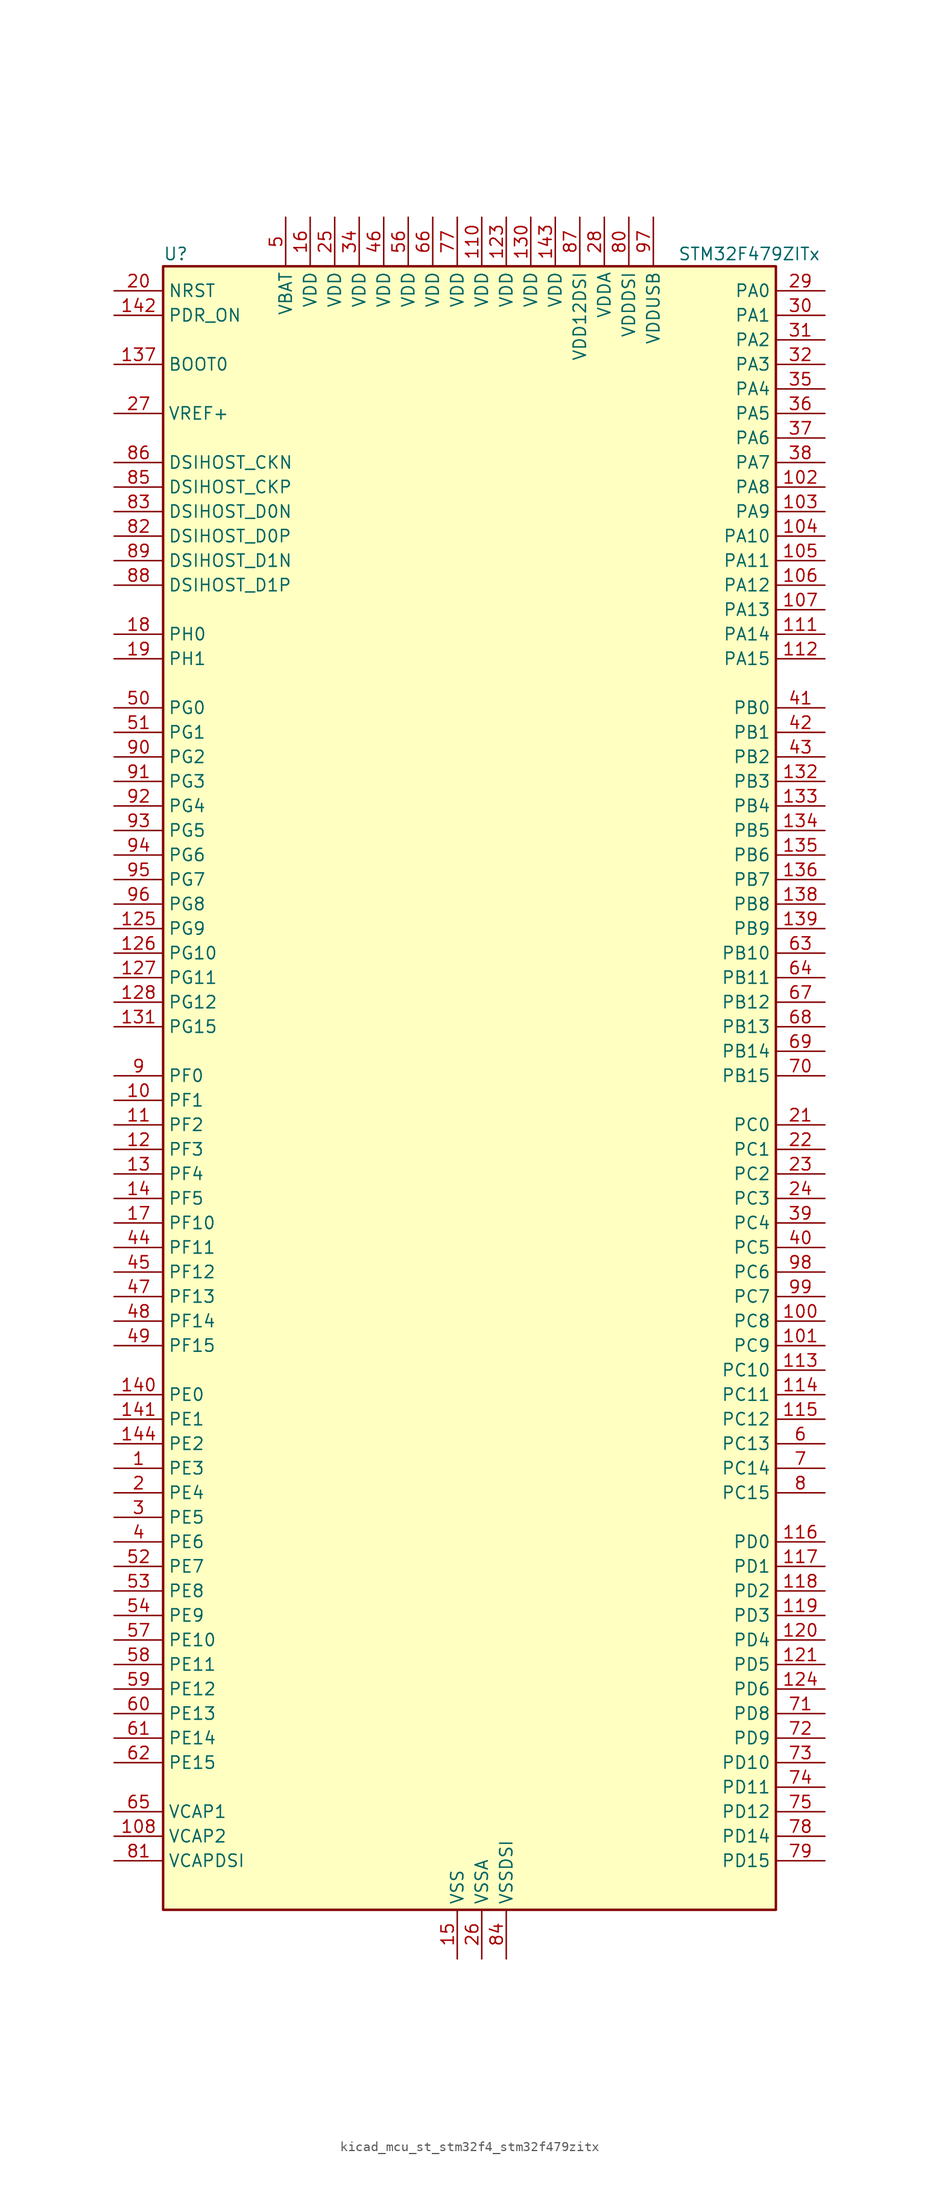
<source format=kicad_sym>
(kicad_symbol_lib
  (version 20220914)
  (generator kicad_symbol_editor)
  (symbol "kicad_mcu_st_stm32f4_stm32f479zitx"
    (property "Reference" "U"
      (at -30.48 87.63 0)
      (effects (font (size 1.27 1.27)) (justify left)))
    (property "Value" "STM32F479ZITx"
      (at 22.86 87.63 0)
      (effects (font (size 1.27 1.27)) (justify left)))
    (property "ki_locked" ""
      (at 0 0 0)
      (effects (font (size 1.27 1.27))))
    (symbol "kicad_mcu_st_stm32f4_stm32f479zitx_0_1"
      (rectangle (start -30.48 -83.82) (end 33.02 86.36) (stroke (width 0.254) (type default)) (fill (type background))))
    (symbol "kicad_mcu_st_stm32f4_stm32f479zitx_1_1"
      (pin bidirectional line (at -35.56 -38.1 0) (length 5.08) (name "PE3" (effects (font (size 1.27 1.27)))) (number "1" (effects (font (size 1.27 1.27)))) (alternate "FMC_A19" bidirectional line) (alternate "SAI1_SD_B" bidirectional line) (alternate "SYS_TRACED0" bidirectional line))
      (pin bidirectional line (at -35.56 0 0) (length 5.08) (name "PF1" (effects (font (size 1.27 1.27)))) (number "10" (effects (font (size 1.27 1.27)))) (alternate "FMC_A1" bidirectional line) (alternate "I2C2_SCL" bidirectional line))
      (pin bidirectional line (at 38.1 -22.86 180) (length 5.08) (name "PC8" (effects (font (size 1.27 1.27)))) (number "100" (effects (font (size 1.27 1.27)))) (alternate "DCMI_D2" bidirectional line) (alternate "SDIO_D0" bidirectional line) (alternate "SYS_TRACED1" bidirectional line) (alternate "TIM3_CH3" bidirectional line) (alternate "TIM8_CH3" bidirectional line) (alternate "USART6_CK" bidirectional line))
      (pin bidirectional line (at 38.1 -25.4 180) (length 5.08) (name "PC9" (effects (font (size 1.27 1.27)))) (number "101" (effects (font (size 1.27 1.27)))) (alternate "DAC_EXTI9" bidirectional line) (alternate "DCMI_D3" bidirectional line) (alternate "I2C3_SDA" bidirectional line) (alternate "I2S_CKIN" bidirectional line) (alternate "QUADSPI_BK1_IO0" bidirectional line) (alternate "RCC_MCO_2" bidirectional line) (alternate "SDIO_D1" bidirectional line) (alternate "TIM3_CH4" bidirectional line) (alternate "TIM8_CH4" bidirectional line))
      (pin bidirectional line (at 38.1 63.5 180) (length 5.08) (name "PA8" (effects (font (size 1.27 1.27)))) (number "102" (effects (font (size 1.27 1.27)))) (alternate "I2C3_SCL" bidirectional line) (alternate "LTDC_R6" bidirectional line) (alternate "RCC_MCO_1" bidirectional line) (alternate "TIM1_CH1" bidirectional line) (alternate "USART1_CK" bidirectional line) (alternate "USB_OTG_FS_SOF" bidirectional line))
      (pin bidirectional line (at 38.1 60.96 180) (length 5.08) (name "PA9" (effects (font (size 1.27 1.27)))) (number "103" (effects (font (size 1.27 1.27)))) (alternate "DAC_EXTI9" bidirectional line) (alternate "DCMI_D0" bidirectional line) (alternate "I2C3_SMBA" bidirectional line) (alternate "I2S2_CK" bidirectional line) (alternate "SPI2_SCK" bidirectional line) (alternate "TIM1_CH2" bidirectional line) (alternate "USART1_TX" bidirectional line) (alternate "USB_OTG_FS_VBUS" bidirectional line))
      (pin bidirectional line (at 38.1 58.42 180) (length 5.08) (name "PA10" (effects (font (size 1.27 1.27)))) (number "104" (effects (font (size 1.27 1.27)))) (alternate "DCMI_D1" bidirectional line) (alternate "TIM1_CH3" bidirectional line) (alternate "USART1_RX" bidirectional line) (alternate "USB_OTG_FS_ID" bidirectional line))
      (pin bidirectional line (at 38.1 55.88 180) (length 5.08) (name "PA11" (effects (font (size 1.27 1.27)))) (number "105" (effects (font (size 1.27 1.27)))) (alternate "ADC1_EXTI11" bidirectional line) (alternate "ADC2_EXTI11" bidirectional line) (alternate "ADC3_EXTI11" bidirectional line) (alternate "CAN1_RX" bidirectional line) (alternate "LTDC_R4" bidirectional line) (alternate "TIM1_CH4" bidirectional line) (alternate "USART1_CTS" bidirectional line) (alternate "USB_OTG_FS_DM" bidirectional line))
      (pin bidirectional line (at 38.1 53.34 180) (length 5.08) (name "PA12" (effects (font (size 1.27 1.27)))) (number "106" (effects (font (size 1.27 1.27)))) (alternate "CAN1_TX" bidirectional line) (alternate "LTDC_R5" bidirectional line) (alternate "TIM1_ETR" bidirectional line) (alternate "USART1_RTS" bidirectional line) (alternate "USB_OTG_FS_DP" bidirectional line))
      (pin bidirectional line (at 38.1 50.8 180) (length 5.08) (name "PA13" (effects (font (size 1.27 1.27)))) (number "107" (effects (font (size 1.27 1.27)))) (alternate "SYS_JTMS-SWDIO" bidirectional line))
      (pin power_out line (at -35.56 -76.2 0) (length 5.08) (name "VCAP2" (effects (font (size 1.27 1.27)))) (number "108" (effects (font (size 1.27 1.27)))))
      (pin passive line (at 0 -88.9 90) (length 5.08) hide (name "VSS" (effects (font (size 1.27 1.27)))) (number "109" (effects (font (size 1.27 1.27)))))
      (pin bidirectional line (at -35.56 -2.54 0) (length 5.08) (name "PF2" (effects (font (size 1.27 1.27)))) (number "11" (effects (font (size 1.27 1.27)))) (alternate "FMC_A2" bidirectional line) (alternate "I2C2_SMBA" bidirectional line))
      (pin power_in line (at 2.54 91.44 270) (length 5.08) (name "VDD" (effects (font (size 1.27 1.27)))) (number "110" (effects (font (size 1.27 1.27)))))
      (pin bidirectional line (at 38.1 48.26 180) (length 5.08) (name "PA14" (effects (font (size 1.27 1.27)))) (number "111" (effects (font (size 1.27 1.27)))) (alternate "SYS_JTCK-SWCLK" bidirectional line))
      (pin bidirectional line (at 38.1 45.72 180) (length 5.08) (name "PA15" (effects (font (size 1.27 1.27)))) (number "112" (effects (font (size 1.27 1.27)))) (alternate "ADC1_EXTI15" bidirectional line) (alternate "ADC2_EXTI15" bidirectional line) (alternate "ADC3_EXTI15" bidirectional line) (alternate "I2S3_WS" bidirectional line) (alternate "SPI1_NSS" bidirectional line) (alternate "SPI3_NSS" bidirectional line) (alternate "SYS_JTDI" bidirectional line) (alternate "TIM2_CH1" bidirectional line) (alternate "TIM2_ETR" bidirectional line))
      (pin bidirectional line (at 38.1 -27.94 180) (length 5.08) (name "PC10" (effects (font (size 1.27 1.27)))) (number "113" (effects (font (size 1.27 1.27)))) (alternate "DCMI_D8" bidirectional line) (alternate "I2S3_CK" bidirectional line) (alternate "LTDC_R2" bidirectional line) (alternate "QUADSPI_BK1_IO1" bidirectional line) (alternate "SDIO_D2" bidirectional line) (alternate "SPI3_SCK" bidirectional line) (alternate "UART4_TX" bidirectional line) (alternate "USART3_TX" bidirectional line))
      (pin bidirectional line (at 38.1 -30.48 180) (length 5.08) (name "PC11" (effects (font (size 1.27 1.27)))) (number "114" (effects (font (size 1.27 1.27)))) (alternate "ADC1_EXTI11" bidirectional line) (alternate "ADC2_EXTI11" bidirectional line) (alternate "ADC3_EXTI11" bidirectional line) (alternate "DCMI_D4" bidirectional line) (alternate "I2S3_ext_SD" bidirectional line) (alternate "QUADSPI_BK2_NCS" bidirectional line) (alternate "SDIO_D3" bidirectional line) (alternate "SPI3_MISO" bidirectional line) (alternate "UART4_RX" bidirectional line) (alternate "USART3_RX" bidirectional line))
      (pin bidirectional line (at 38.1 -33.02 180) (length 5.08) (name "PC12" (effects (font (size 1.27 1.27)))) (number "115" (effects (font (size 1.27 1.27)))) (alternate "DCMI_D9" bidirectional line) (alternate "I2S3_SD" bidirectional line) (alternate "SDIO_CK" bidirectional line) (alternate "SPI3_MOSI" bidirectional line) (alternate "SYS_TRACED3" bidirectional line) (alternate "UART5_TX" bidirectional line) (alternate "USART3_CK" bidirectional line))
      (pin bidirectional line (at 38.1 -45.72 180) (length 5.08) (name "PD0" (effects (font (size 1.27 1.27)))) (number "116" (effects (font (size 1.27 1.27)))) (alternate "CAN1_RX" bidirectional line) (alternate "FMC_D2" bidirectional line) (alternate "FMC_DA2" bidirectional line))
      (pin bidirectional line (at 38.1 -48.26 180) (length 5.08) (name "PD1" (effects (font (size 1.27 1.27)))) (number "117" (effects (font (size 1.27 1.27)))) (alternate "CAN1_TX" bidirectional line) (alternate "FMC_D3" bidirectional line) (alternate "FMC_DA3" bidirectional line))
      (pin bidirectional line (at 38.1 -50.8 180) (length 5.08) (name "PD2" (effects (font (size 1.27 1.27)))) (number "118" (effects (font (size 1.27 1.27)))) (alternate "DCMI_D11" bidirectional line) (alternate "SDIO_CMD" bidirectional line) (alternate "SYS_TRACED2" bidirectional line) (alternate "TIM3_ETR" bidirectional line) (alternate "UART5_RX" bidirectional line))
      (pin bidirectional line (at 38.1 -53.34 180) (length 5.08) (name "PD3" (effects (font (size 1.27 1.27)))) (number "119" (effects (font (size 1.27 1.27)))) (alternate "DCMI_D5" bidirectional line) (alternate "FMC_CLK" bidirectional line) (alternate "I2S2_CK" bidirectional line) (alternate "LTDC_G7" bidirectional line) (alternate "SPI2_SCK" bidirectional line) (alternate "USART2_CTS" bidirectional line))
      (pin bidirectional line (at -35.56 -5.08 0) (length 5.08) (name "PF3" (effects (font (size 1.27 1.27)))) (number "12" (effects (font (size 1.27 1.27)))) (alternate "ADC3_IN9" bidirectional line) (alternate "FMC_A3" bidirectional line))
      (pin bidirectional line (at 38.1 -55.88 180) (length 5.08) (name "PD4" (effects (font (size 1.27 1.27)))) (number "120" (effects (font (size 1.27 1.27)))) (alternate "FMC_NOE" bidirectional line) (alternate "USART2_RTS" bidirectional line))
      (pin bidirectional line (at 38.1 -58.42 180) (length 5.08) (name "PD5" (effects (font (size 1.27 1.27)))) (number "121" (effects (font (size 1.27 1.27)))) (alternate "FMC_NWE" bidirectional line) (alternate "USART2_TX" bidirectional line))
      (pin passive line (at 0 -88.9 90) (length 5.08) hide (name "VSS" (effects (font (size 1.27 1.27)))) (number "122" (effects (font (size 1.27 1.27)))))
      (pin power_in line (at 5.08 91.44 270) (length 5.08) (name "VDD" (effects (font (size 1.27 1.27)))) (number "123" (effects (font (size 1.27 1.27)))))
      (pin bidirectional line (at 38.1 -60.96 180) (length 5.08) (name "PD6" (effects (font (size 1.27 1.27)))) (number "124" (effects (font (size 1.27 1.27)))) (alternate "DCMI_D10" bidirectional line) (alternate "FMC_NWAIT" bidirectional line) (alternate "I2S3_SD" bidirectional line) (alternate "LTDC_B2" bidirectional line) (alternate "SAI1_SD_A" bidirectional line) (alternate "SPI3_MOSI" bidirectional line) (alternate "USART2_RX" bidirectional line))
      (pin bidirectional line (at -35.56 17.78 0) (length 5.08) (name "PG9" (effects (font (size 1.27 1.27)))) (number "125" (effects (font (size 1.27 1.27)))) (alternate "DAC_EXTI9" bidirectional line) (alternate "DCMI_VSYNC" bidirectional line) (alternate "FMC_NCE" bidirectional line) (alternate "FMC_NE2" bidirectional line) (alternate "QUADSPI_BK2_IO2" bidirectional line) (alternate "USART6_RX" bidirectional line))
      (pin bidirectional line (at -35.56 15.24 0) (length 5.08) (name "PG10" (effects (font (size 1.27 1.27)))) (number "126" (effects (font (size 1.27 1.27)))) (alternate "DCMI_D2" bidirectional line) (alternate "FMC_NE3" bidirectional line) (alternate "LTDC_B2" bidirectional line) (alternate "LTDC_G3" bidirectional line))
      (pin bidirectional line (at -35.56 12.7 0) (length 5.08) (name "PG11" (effects (font (size 1.27 1.27)))) (number "127" (effects (font (size 1.27 1.27)))) (alternate "ADC1_EXTI11" bidirectional line) (alternate "ADC2_EXTI11" bidirectional line) (alternate "ADC3_EXTI11" bidirectional line) (alternate "DCMI_D3" bidirectional line) (alternate "LTDC_B3" bidirectional line))
      (pin bidirectional line (at -35.56 10.16 0) (length 5.08) (name "PG12" (effects (font (size 1.27 1.27)))) (number "128" (effects (font (size 1.27 1.27)))) (alternate "FMC_NE4" bidirectional line) (alternate "LTDC_B1" bidirectional line) (alternate "LTDC_B4" bidirectional line) (alternate "USART6_RTS" bidirectional line))
      (pin passive line (at 0 -88.9 90) (length 5.08) hide (name "VSS" (effects (font (size 1.27 1.27)))) (number "129" (effects (font (size 1.27 1.27)))))
      (pin bidirectional line (at -35.56 -7.62 0) (length 5.08) (name "PF4" (effects (font (size 1.27 1.27)))) (number "13" (effects (font (size 1.27 1.27)))) (alternate "ADC3_IN14" bidirectional line) (alternate "FMC_A4" bidirectional line))
      (pin power_in line (at 7.62 91.44 270) (length 5.08) (name "VDD" (effects (font (size 1.27 1.27)))) (number "130" (effects (font (size 1.27 1.27)))))
      (pin bidirectional line (at -35.56 7.62 0) (length 5.08) (name "PG15" (effects (font (size 1.27 1.27)))) (number "131" (effects (font (size 1.27 1.27)))) (alternate "ADC1_EXTI15" bidirectional line) (alternate "ADC2_EXTI15" bidirectional line) (alternate "ADC3_EXTI15" bidirectional line) (alternate "DCMI_D13" bidirectional line) (alternate "FMC_SDNCAS" bidirectional line) (alternate "USART6_CTS" bidirectional line))
      (pin bidirectional line (at 38.1 33.02 180) (length 5.08) (name "PB3" (effects (font (size 1.27 1.27)))) (number "132" (effects (font (size 1.27 1.27)))) (alternate "I2S3_CK" bidirectional line) (alternate "SPI1_SCK" bidirectional line) (alternate "SPI3_SCK" bidirectional line) (alternate "SYS_JTDO-SWO" bidirectional line) (alternate "TIM2_CH2" bidirectional line))
      (pin bidirectional line (at 38.1 30.48 180) (length 5.08) (name "PB4" (effects (font (size 1.27 1.27)))) (number "133" (effects (font (size 1.27 1.27)))) (alternate "I2S3_ext_SD" bidirectional line) (alternate "SPI1_MISO" bidirectional line) (alternate "SPI3_MISO" bidirectional line) (alternate "SYS_JTRST" bidirectional line) (alternate "TIM3_CH1" bidirectional line))
      (pin bidirectional line (at 38.1 27.94 180) (length 5.08) (name "PB5" (effects (font (size 1.27 1.27)))) (number "134" (effects (font (size 1.27 1.27)))) (alternate "CAN2_RX" bidirectional line) (alternate "DCMI_D10" bidirectional line) (alternate "FMC_SDCKE1" bidirectional line) (alternate "I2C1_SMBA" bidirectional line) (alternate "I2S3_SD" bidirectional line) (alternate "LTDC_G7" bidirectional line) (alternate "SPI1_MOSI" bidirectional line) (alternate "SPI3_MOSI" bidirectional line) (alternate "TIM3_CH2" bidirectional line) (alternate "USB_OTG_HS_ULPI_D7" bidirectional line))
      (pin bidirectional line (at 38.1 25.4 180) (length 5.08) (name "PB6" (effects (font (size 1.27 1.27)))) (number "135" (effects (font (size 1.27 1.27)))) (alternate "CAN2_TX" bidirectional line) (alternate "DCMI_D5" bidirectional line) (alternate "FMC_SDNE1" bidirectional line) (alternate "I2C1_SCL" bidirectional line) (alternate "QUADSPI_BK1_NCS" bidirectional line) (alternate "TIM4_CH1" bidirectional line) (alternate "USART1_TX" bidirectional line))
      (pin bidirectional line (at 38.1 22.86 180) (length 5.08) (name "PB7" (effects (font (size 1.27 1.27)))) (number "136" (effects (font (size 1.27 1.27)))) (alternate "DCMI_VSYNC" bidirectional line) (alternate "FMC_NL" bidirectional line) (alternate "I2C1_SDA" bidirectional line) (alternate "TIM4_CH2" bidirectional line) (alternate "USART1_RX" bidirectional line))
      (pin input line (at -35.56 76.2 0) (length 5.08) (name "BOOT0" (effects (font (size 1.27 1.27)))) (number "137" (effects (font (size 1.27 1.27)))))
      (pin bidirectional line (at 38.1 20.32 180) (length 5.08) (name "PB8" (effects (font (size 1.27 1.27)))) (number "138" (effects (font (size 1.27 1.27)))) (alternate "CAN1_RX" bidirectional line) (alternate "DCMI_D6" bidirectional line) (alternate "I2C1_SCL" bidirectional line) (alternate "LTDC_B6" bidirectional line) (alternate "SDIO_D4" bidirectional line) (alternate "TIM10_CH1" bidirectional line) (alternate "TIM4_CH3" bidirectional line))
      (pin bidirectional line (at 38.1 17.78 180) (length 5.08) (name "PB9" (effects (font (size 1.27 1.27)))) (number "139" (effects (font (size 1.27 1.27)))) (alternate "CAN1_TX" bidirectional line) (alternate "DAC_EXTI9" bidirectional line) (alternate "DCMI_D7" bidirectional line) (alternate "I2C1_SDA" bidirectional line) (alternate "I2S2_WS" bidirectional line) (alternate "LTDC_B7" bidirectional line) (alternate "SDIO_D5" bidirectional line) (alternate "SPI2_NSS" bidirectional line) (alternate "TIM11_CH1" bidirectional line) (alternate "TIM4_CH4" bidirectional line))
      (pin bidirectional line (at -35.56 -10.16 0) (length 5.08) (name "PF5" (effects (font (size 1.27 1.27)))) (number "14" (effects (font (size 1.27 1.27)))) (alternate "ADC3_IN15" bidirectional line) (alternate "FMC_A5" bidirectional line))
      (pin bidirectional line (at -35.56 -30.48 0) (length 5.08) (name "PE0" (effects (font (size 1.27 1.27)))) (number "140" (effects (font (size 1.27 1.27)))) (alternate "DCMI_D2" bidirectional line) (alternate "FMC_NBL0" bidirectional line) (alternate "TIM4_ETR" bidirectional line) (alternate "UART8_RX" bidirectional line))
      (pin bidirectional line (at -35.56 -33.02 0) (length 5.08) (name "PE1" (effects (font (size 1.27 1.27)))) (number "141" (effects (font (size 1.27 1.27)))) (alternate "DCMI_D3" bidirectional line) (alternate "FMC_NBL1" bidirectional line) (alternate "UART8_TX" bidirectional line))
      (pin input line (at -35.56 81.28 0) (length 5.08) (name "PDR_ON" (effects (font (size 1.27 1.27)))) (number "142" (effects (font (size 1.27 1.27)))))
      (pin power_in line (at 10.16 91.44 270) (length 5.08) (name "VDD" (effects (font (size 1.27 1.27)))) (number "143" (effects (font (size 1.27 1.27)))))
      (pin bidirectional line (at -35.56 -35.56 0) (length 5.08) (name "PE2" (effects (font (size 1.27 1.27)))) (number "144" (effects (font (size 1.27 1.27)))) (alternate "FMC_A23" bidirectional line) (alternate "QUADSPI_BK1_IO2" bidirectional line) (alternate "SAI1_MCLK_A" bidirectional line) (alternate "SPI4_SCK" bidirectional line) (alternate "SYS_TRACECLK" bidirectional line))
      (pin power_in line (at 0 -88.9 90) (length 5.08) (name "VSS" (effects (font (size 1.27 1.27)))) (number "15" (effects (font (size 1.27 1.27)))))
      (pin power_in line (at -15.24 91.44 270) (length 5.08) (name "VDD" (effects (font (size 1.27 1.27)))) (number "16" (effects (font (size 1.27 1.27)))))
      (pin bidirectional line (at -35.56 -12.7 0) (length 5.08) (name "PF10" (effects (font (size 1.27 1.27)))) (number "17" (effects (font (size 1.27 1.27)))) (alternate "ADC3_IN8" bidirectional line) (alternate "DCMI_D11" bidirectional line) (alternate "LTDC_DE" bidirectional line) (alternate "QUADSPI_CLK" bidirectional line))
      (pin bidirectional line (at -35.56 48.26 0) (length 5.08) (name "PH0" (effects (font (size 1.27 1.27)))) (number "18" (effects (font (size 1.27 1.27)))) (alternate "RCC_OSC_IN" bidirectional line))
      (pin bidirectional line (at -35.56 45.72 0) (length 5.08) (name "PH1" (effects (font (size 1.27 1.27)))) (number "19" (effects (font (size 1.27 1.27)))) (alternate "RCC_OSC_OUT" bidirectional line))
      (pin bidirectional line (at -35.56 -40.64 0) (length 5.08) (name "PE4" (effects (font (size 1.27 1.27)))) (number "2" (effects (font (size 1.27 1.27)))) (alternate "DCMI_D4" bidirectional line) (alternate "FMC_A20" bidirectional line) (alternate "LTDC_B0" bidirectional line) (alternate "SAI1_FS_A" bidirectional line) (alternate "SPI4_NSS" bidirectional line) (alternate "SYS_TRACED1" bidirectional line))
      (pin input line (at -35.56 83.82 0) (length 5.08) (name "NRST" (effects (font (size 1.27 1.27)))) (number "20" (effects (font (size 1.27 1.27)))))
      (pin bidirectional line (at 38.1 -2.54 180) (length 5.08) (name "PC0" (effects (font (size 1.27 1.27)))) (number "21" (effects (font (size 1.27 1.27)))) (alternate "ADC1_IN10" bidirectional line) (alternate "ADC2_IN10" bidirectional line) (alternate "ADC3_IN10" bidirectional line) (alternate "FMC_SDNWE" bidirectional line) (alternate "LTDC_R5" bidirectional line) (alternate "USB_OTG_HS_ULPI_STP" bidirectional line))
      (pin bidirectional line (at 38.1 -5.08 180) (length 5.08) (name "PC1" (effects (font (size 1.27 1.27)))) (number "22" (effects (font (size 1.27 1.27)))) (alternate "ADC1_IN11" bidirectional line) (alternate "ADC2_IN11" bidirectional line) (alternate "ADC3_IN11" bidirectional line) (alternate "I2S2_SD" bidirectional line) (alternate "SAI1_SD_A" bidirectional line) (alternate "SPI2_MOSI" bidirectional line) (alternate "SYS_TRACED0" bidirectional line))
      (pin bidirectional line (at 38.1 -7.62 180) (length 5.08) (name "PC2" (effects (font (size 1.27 1.27)))) (number "23" (effects (font (size 1.27 1.27)))) (alternate "ADC1_IN12" bidirectional line) (alternate "ADC2_IN12" bidirectional line) (alternate "ADC3_IN12" bidirectional line) (alternate "FMC_SDNE0" bidirectional line) (alternate "I2S2_ext_SD" bidirectional line) (alternate "SPI2_MISO" bidirectional line) (alternate "USB_OTG_HS_ULPI_DIR" bidirectional line))
      (pin bidirectional line (at 38.1 -10.16 180) (length 5.08) (name "PC3" (effects (font (size 1.27 1.27)))) (number "24" (effects (font (size 1.27 1.27)))) (alternate "ADC1_IN13" bidirectional line) (alternate "ADC2_IN13" bidirectional line) (alternate "ADC3_IN13" bidirectional line) (alternate "FMC_SDCKE0" bidirectional line) (alternate "I2S2_SD" bidirectional line) (alternate "SPI2_MOSI" bidirectional line) (alternate "USB_OTG_HS_ULPI_NXT" bidirectional line))
      (pin power_in line (at -12.7 91.44 270) (length 5.08) (name "VDD" (effects (font (size 1.27 1.27)))) (number "25" (effects (font (size 1.27 1.27)))))
      (pin power_in line (at 2.54 -88.9 90) (length 5.08) (name "VSSA" (effects (font (size 1.27 1.27)))) (number "26" (effects (font (size 1.27 1.27)))))
      (pin input line (at -35.56 71.12 0) (length 5.08) (name "VREF+" (effects (font (size 1.27 1.27)))) (number "27" (effects (font (size 1.27 1.27)))))
      (pin power_in line (at 15.24 91.44 270) (length 5.08) (name "VDDA" (effects (font (size 1.27 1.27)))) (number "28" (effects (font (size 1.27 1.27)))))
      (pin bidirectional line (at 38.1 83.82 180) (length 5.08) (name "PA0" (effects (font (size 1.27 1.27)))) (number "29" (effects (font (size 1.27 1.27)))) (alternate "ADC1_IN0" bidirectional line) (alternate "ADC2_IN0" bidirectional line) (alternate "ADC3_IN0" bidirectional line) (alternate "SYS_WKUP" bidirectional line) (alternate "TIM2_CH1" bidirectional line) (alternate "TIM2_ETR" bidirectional line) (alternate "TIM5_CH1" bidirectional line) (alternate "TIM8_ETR" bidirectional line) (alternate "UART4_TX" bidirectional line) (alternate "USART2_CTS" bidirectional line))
      (pin bidirectional line (at -35.56 -43.18 0) (length 5.08) (name "PE5" (effects (font (size 1.27 1.27)))) (number "3" (effects (font (size 1.27 1.27)))) (alternate "DCMI_D6" bidirectional line) (alternate "FMC_A21" bidirectional line) (alternate "LTDC_G0" bidirectional line) (alternate "SAI1_SCK_A" bidirectional line) (alternate "SPI4_MISO" bidirectional line) (alternate "SYS_TRACED2" bidirectional line) (alternate "TIM9_CH1" bidirectional line))
      (pin bidirectional line (at 38.1 81.28 180) (length 5.08) (name "PA1" (effects (font (size 1.27 1.27)))) (number "30" (effects (font (size 1.27 1.27)))) (alternate "ADC1_IN1" bidirectional line) (alternate "ADC2_IN1" bidirectional line) (alternate "ADC3_IN1" bidirectional line) (alternate "LTDC_R2" bidirectional line) (alternate "QUADSPI_BK1_IO3" bidirectional line) (alternate "TIM2_CH2" bidirectional line) (alternate "TIM5_CH2" bidirectional line) (alternate "UART4_RX" bidirectional line) (alternate "USART2_RTS" bidirectional line))
      (pin bidirectional line (at 38.1 78.74 180) (length 5.08) (name "PA2" (effects (font (size 1.27 1.27)))) (number "31" (effects (font (size 1.27 1.27)))) (alternate "ADC1_IN2" bidirectional line) (alternate "ADC2_IN2" bidirectional line) (alternate "ADC3_IN2" bidirectional line) (alternate "LTDC_R1" bidirectional line) (alternate "TIM2_CH3" bidirectional line) (alternate "TIM5_CH3" bidirectional line) (alternate "TIM9_CH1" bidirectional line) (alternate "USART2_TX" bidirectional line))
      (pin bidirectional line (at 38.1 76.2 180) (length 5.08) (name "PA3" (effects (font (size 1.27 1.27)))) (number "32" (effects (font (size 1.27 1.27)))) (alternate "ADC1_IN3" bidirectional line) (alternate "ADC2_IN3" bidirectional line) (alternate "ADC3_IN3" bidirectional line) (alternate "LTDC_B2" bidirectional line) (alternate "LTDC_B5" bidirectional line) (alternate "TIM2_CH4" bidirectional line) (alternate "TIM5_CH4" bidirectional line) (alternate "TIM9_CH2" bidirectional line) (alternate "USART2_RX" bidirectional line) (alternate "USB_OTG_HS_ULPI_D0" bidirectional line))
      (pin passive line (at 0 -88.9 90) (length 5.08) hide (name "VSS" (effects (font (size 1.27 1.27)))) (number "33" (effects (font (size 1.27 1.27)))))
      (pin power_in line (at -10.16 91.44 270) (length 5.08) (name "VDD" (effects (font (size 1.27 1.27)))) (number "34" (effects (font (size 1.27 1.27)))))
      (pin bidirectional line (at 38.1 73.66 180) (length 5.08) (name "PA4" (effects (font (size 1.27 1.27)))) (number "35" (effects (font (size 1.27 1.27)))) (alternate "ADC1_IN4" bidirectional line) (alternate "ADC2_IN4" bidirectional line) (alternate "DAC_OUT1" bidirectional line) (alternate "DCMI_HSYNC" bidirectional line) (alternate "I2S3_WS" bidirectional line) (alternate "LTDC_VSYNC" bidirectional line) (alternate "SPI1_NSS" bidirectional line) (alternate "SPI3_NSS" bidirectional line) (alternate "USART2_CK" bidirectional line) (alternate "USB_OTG_HS_SOF" bidirectional line))
      (pin bidirectional line (at 38.1 71.12 180) (length 5.08) (name "PA5" (effects (font (size 1.27 1.27)))) (number "36" (effects (font (size 1.27 1.27)))) (alternate "ADC1_IN5" bidirectional line) (alternate "ADC2_IN5" bidirectional line) (alternate "DAC_OUT2" bidirectional line) (alternate "LTDC_R4" bidirectional line) (alternate "SPI1_SCK" bidirectional line) (alternate "TIM2_CH1" bidirectional line) (alternate "TIM2_ETR" bidirectional line) (alternate "TIM8_CH1N" bidirectional line) (alternate "USB_OTG_HS_ULPI_CK" bidirectional line))
      (pin bidirectional line (at 38.1 68.58 180) (length 5.08) (name "PA6" (effects (font (size 1.27 1.27)))) (number "37" (effects (font (size 1.27 1.27)))) (alternate "ADC1_IN6" bidirectional line) (alternate "ADC2_IN6" bidirectional line) (alternate "DCMI_PIXCLK" bidirectional line) (alternate "LTDC_G2" bidirectional line) (alternate "SPI1_MISO" bidirectional line) (alternate "TIM13_CH1" bidirectional line) (alternate "TIM1_BKIN" bidirectional line) (alternate "TIM3_CH1" bidirectional line) (alternate "TIM8_BKIN" bidirectional line))
      (pin bidirectional line (at 38.1 66.04 180) (length 5.08) (name "PA7" (effects (font (size 1.27 1.27)))) (number "38" (effects (font (size 1.27 1.27)))) (alternate "ADC1_IN7" bidirectional line) (alternate "ADC2_IN7" bidirectional line) (alternate "FMC_SDNWE" bidirectional line) (alternate "QUADSPI_CLK" bidirectional line) (alternate "SPI1_MOSI" bidirectional line) (alternate "TIM14_CH1" bidirectional line) (alternate "TIM1_CH1N" bidirectional line) (alternate "TIM3_CH2" bidirectional line) (alternate "TIM8_CH1N" bidirectional line))
      (pin bidirectional line (at 38.1 -12.7 180) (length 5.08) (name "PC4" (effects (font (size 1.27 1.27)))) (number "39" (effects (font (size 1.27 1.27)))) (alternate "ADC1_IN14" bidirectional line) (alternate "ADC2_IN14" bidirectional line) (alternate "FMC_SDNE0" bidirectional line))
      (pin bidirectional line (at -35.56 -45.72 0) (length 5.08) (name "PE6" (effects (font (size 1.27 1.27)))) (number "4" (effects (font (size 1.27 1.27)))) (alternate "DCMI_D7" bidirectional line) (alternate "FMC_A22" bidirectional line) (alternate "LTDC_G1" bidirectional line) (alternate "SAI1_SD_A" bidirectional line) (alternate "SPI4_MOSI" bidirectional line) (alternate "SYS_TRACED3" bidirectional line) (alternate "TIM9_CH2" bidirectional line))
      (pin bidirectional line (at 38.1 -15.24 180) (length 5.08) (name "PC5" (effects (font (size 1.27 1.27)))) (number "40" (effects (font (size 1.27 1.27)))) (alternate "ADC1_IN15" bidirectional line) (alternate "ADC2_IN15" bidirectional line) (alternate "FMC_SDCKE0" bidirectional line))
      (pin bidirectional line (at 38.1 40.64 180) (length 5.08) (name "PB0" (effects (font (size 1.27 1.27)))) (number "41" (effects (font (size 1.27 1.27)))) (alternate "ADC1_IN8" bidirectional line) (alternate "ADC2_IN8" bidirectional line) (alternate "LTDC_G1" bidirectional line) (alternate "LTDC_R3" bidirectional line) (alternate "TIM1_CH2N" bidirectional line) (alternate "TIM3_CH3" bidirectional line) (alternate "TIM8_CH2N" bidirectional line) (alternate "USB_OTG_HS_ULPI_D1" bidirectional line))
      (pin bidirectional line (at 38.1 38.1 180) (length 5.08) (name "PB1" (effects (font (size 1.27 1.27)))) (number "42" (effects (font (size 1.27 1.27)))) (alternate "ADC1_IN9" bidirectional line) (alternate "ADC2_IN9" bidirectional line) (alternate "LTDC_G0" bidirectional line) (alternate "LTDC_R6" bidirectional line) (alternate "TIM1_CH3N" bidirectional line) (alternate "TIM3_CH4" bidirectional line) (alternate "TIM8_CH3N" bidirectional line) (alternate "USB_OTG_HS_ULPI_D2" bidirectional line))
      (pin bidirectional line (at 38.1 35.56 180) (length 5.08) (name "PB2" (effects (font (size 1.27 1.27)))) (number "43" (effects (font (size 1.27 1.27)))))
      (pin bidirectional line (at -35.56 -15.24 0) (length 5.08) (name "PF11" (effects (font (size 1.27 1.27)))) (number "44" (effects (font (size 1.27 1.27)))) (alternate "ADC1_EXTI11" bidirectional line) (alternate "ADC2_EXTI11" bidirectional line) (alternate "ADC3_EXTI11" bidirectional line) (alternate "DCMI_D12" bidirectional line) (alternate "FMC_SDNRAS" bidirectional line))
      (pin bidirectional line (at -35.56 -17.78 0) (length 5.08) (name "PF12" (effects (font (size 1.27 1.27)))) (number "45" (effects (font (size 1.27 1.27)))) (alternate "FMC_A6" bidirectional line))
      (pin power_in line (at -7.62 91.44 270) (length 5.08) (name "VDD" (effects (font (size 1.27 1.27)))) (number "46" (effects (font (size 1.27 1.27)))))
      (pin bidirectional line (at -35.56 -20.32 0) (length 5.08) (name "PF13" (effects (font (size 1.27 1.27)))) (number "47" (effects (font (size 1.27 1.27)))) (alternate "FMC_A7" bidirectional line))
      (pin bidirectional line (at -35.56 -22.86 0) (length 5.08) (name "PF14" (effects (font (size 1.27 1.27)))) (number "48" (effects (font (size 1.27 1.27)))) (alternate "FMC_A8" bidirectional line))
      (pin bidirectional line (at -35.56 -25.4 0) (length 5.08) (name "PF15" (effects (font (size 1.27 1.27)))) (number "49" (effects (font (size 1.27 1.27)))) (alternate "ADC1_EXTI15" bidirectional line) (alternate "ADC2_EXTI15" bidirectional line) (alternate "ADC3_EXTI15" bidirectional line) (alternate "FMC_A9" bidirectional line))
      (pin power_in line (at -17.78 91.44 270) (length 5.08) (name "VBAT" (effects (font (size 1.27 1.27)))) (number "5" (effects (font (size 1.27 1.27)))))
      (pin bidirectional line (at -35.56 40.64 0) (length 5.08) (name "PG0" (effects (font (size 1.27 1.27)))) (number "50" (effects (font (size 1.27 1.27)))) (alternate "FMC_A10" bidirectional line))
      (pin bidirectional line (at -35.56 38.1 0) (length 5.08) (name "PG1" (effects (font (size 1.27 1.27)))) (number "51" (effects (font (size 1.27 1.27)))) (alternate "FMC_A11" bidirectional line))
      (pin bidirectional line (at -35.56 -48.26 0) (length 5.08) (name "PE7" (effects (font (size 1.27 1.27)))) (number "52" (effects (font (size 1.27 1.27)))) (alternate "FMC_D4" bidirectional line) (alternate "FMC_DA4" bidirectional line) (alternate "QUADSPI_BK2_IO0" bidirectional line) (alternate "TIM1_ETR" bidirectional line) (alternate "UART7_RX" bidirectional line))
      (pin bidirectional line (at -35.56 -50.8 0) (length 5.08) (name "PE8" (effects (font (size 1.27 1.27)))) (number "53" (effects (font (size 1.27 1.27)))) (alternate "FMC_D5" bidirectional line) (alternate "FMC_DA5" bidirectional line) (alternate "QUADSPI_BK2_IO1" bidirectional line) (alternate "TIM1_CH1N" bidirectional line) (alternate "UART7_TX" bidirectional line))
      (pin bidirectional line (at -35.56 -53.34 0) (length 5.08) (name "PE9" (effects (font (size 1.27 1.27)))) (number "54" (effects (font (size 1.27 1.27)))) (alternate "DAC_EXTI9" bidirectional line) (alternate "FMC_D6" bidirectional line) (alternate "FMC_DA6" bidirectional line) (alternate "QUADSPI_BK2_IO2" bidirectional line) (alternate "TIM1_CH1" bidirectional line))
      (pin passive line (at 0 -88.9 90) (length 5.08) hide (name "VSS" (effects (font (size 1.27 1.27)))) (number "55" (effects (font (size 1.27 1.27)))))
      (pin power_in line (at -5.08 91.44 270) (length 5.08) (name "VDD" (effects (font (size 1.27 1.27)))) (number "56" (effects (font (size 1.27 1.27)))))
      (pin bidirectional line (at -35.56 -55.88 0) (length 5.08) (name "PE10" (effects (font (size 1.27 1.27)))) (number "57" (effects (font (size 1.27 1.27)))) (alternate "FMC_D7" bidirectional line) (alternate "FMC_DA7" bidirectional line) (alternate "QUADSPI_BK2_IO3" bidirectional line) (alternate "TIM1_CH2N" bidirectional line))
      (pin bidirectional line (at -35.56 -58.42 0) (length 5.08) (name "PE11" (effects (font (size 1.27 1.27)))) (number "58" (effects (font (size 1.27 1.27)))) (alternate "ADC1_EXTI11" bidirectional line) (alternate "ADC2_EXTI11" bidirectional line) (alternate "ADC3_EXTI11" bidirectional line) (alternate "FMC_D8" bidirectional line) (alternate "FMC_DA8" bidirectional line) (alternate "LTDC_G3" bidirectional line) (alternate "SPI4_NSS" bidirectional line) (alternate "TIM1_CH2" bidirectional line))
      (pin bidirectional line (at -35.56 -60.96 0) (length 5.08) (name "PE12" (effects (font (size 1.27 1.27)))) (number "59" (effects (font (size 1.27 1.27)))) (alternate "FMC_D9" bidirectional line) (alternate "FMC_DA9" bidirectional line) (alternate "LTDC_B4" bidirectional line) (alternate "SPI4_SCK" bidirectional line) (alternate "TIM1_CH3N" bidirectional line))
      (pin bidirectional line (at 38.1 -35.56 180) (length 5.08) (name "PC13" (effects (font (size 1.27 1.27)))) (number "6" (effects (font (size 1.27 1.27)))) (alternate "RTC_AF1" bidirectional line))
      (pin bidirectional line (at -35.56 -63.5 0) (length 5.08) (name "PE13" (effects (font (size 1.27 1.27)))) (number "60" (effects (font (size 1.27 1.27)))) (alternate "FMC_D10" bidirectional line) (alternate "FMC_DA10" bidirectional line) (alternate "LTDC_DE" bidirectional line) (alternate "SPI4_MISO" bidirectional line) (alternate "TIM1_CH3" bidirectional line))
      (pin bidirectional line (at -35.56 -66.04 0) (length 5.08) (name "PE14" (effects (font (size 1.27 1.27)))) (number "61" (effects (font (size 1.27 1.27)))) (alternate "FMC_D11" bidirectional line) (alternate "FMC_DA11" bidirectional line) (alternate "LTDC_CLK" bidirectional line) (alternate "SPI4_MOSI" bidirectional line) (alternate "TIM1_CH4" bidirectional line))
      (pin bidirectional line (at -35.56 -68.58 0) (length 5.08) (name "PE15" (effects (font (size 1.27 1.27)))) (number "62" (effects (font (size 1.27 1.27)))) (alternate "ADC1_EXTI15" bidirectional line) (alternate "ADC2_EXTI15" bidirectional line) (alternate "ADC3_EXTI15" bidirectional line) (alternate "FMC_D12" bidirectional line) (alternate "FMC_DA12" bidirectional line) (alternate "LTDC_R7" bidirectional line) (alternate "TIM1_BKIN" bidirectional line))
      (pin bidirectional line (at 38.1 15.24 180) (length 5.08) (name "PB10" (effects (font (size 1.27 1.27)))) (number "63" (effects (font (size 1.27 1.27)))) (alternate "I2C2_SCL" bidirectional line) (alternate "I2S2_CK" bidirectional line) (alternate "LTDC_G4" bidirectional line) (alternate "QUADSPI_BK1_NCS" bidirectional line) (alternate "SPI2_SCK" bidirectional line) (alternate "TIM2_CH3" bidirectional line) (alternate "USART3_TX" bidirectional line) (alternate "USB_OTG_HS_ULPI_D3" bidirectional line))
      (pin bidirectional line (at 38.1 12.7 180) (length 5.08) (name "PB11" (effects (font (size 1.27 1.27)))) (number "64" (effects (font (size 1.27 1.27)))) (alternate "ADC1_EXTI11" bidirectional line) (alternate "ADC2_EXTI11" bidirectional line) (alternate "ADC3_EXTI11" bidirectional line) (alternate "DSIHOST_TE" bidirectional line) (alternate "I2C2_SDA" bidirectional line) (alternate "LTDC_G5" bidirectional line) (alternate "TIM2_CH4" bidirectional line) (alternate "USART3_RX" bidirectional line) (alternate "USB_OTG_HS_ULPI_D4" bidirectional line))
      (pin power_out line (at -35.56 -73.66 0) (length 5.08) (name "VCAP1" (effects (font (size 1.27 1.27)))) (number "65" (effects (font (size 1.27 1.27)))))
      (pin power_in line (at -2.54 91.44 270) (length 5.08) (name "VDD" (effects (font (size 1.27 1.27)))) (number "66" (effects (font (size 1.27 1.27)))))
      (pin bidirectional line (at 38.1 10.16 180) (length 5.08) (name "PB12" (effects (font (size 1.27 1.27)))) (number "67" (effects (font (size 1.27 1.27)))) (alternate "CAN2_RX" bidirectional line) (alternate "I2C2_SMBA" bidirectional line) (alternate "I2S2_WS" bidirectional line) (alternate "SPI2_NSS" bidirectional line) (alternate "TIM1_BKIN" bidirectional line) (alternate "USART3_CK" bidirectional line) (alternate "USB_OTG_HS_ID" bidirectional line) (alternate "USB_OTG_HS_ULPI_D5" bidirectional line))
      (pin bidirectional line (at 38.1 7.62 180) (length 5.08) (name "PB13" (effects (font (size 1.27 1.27)))) (number "68" (effects (font (size 1.27 1.27)))) (alternate "CAN2_TX" bidirectional line) (alternate "I2S2_CK" bidirectional line) (alternate "SPI2_SCK" bidirectional line) (alternate "TIM1_CH1N" bidirectional line) (alternate "USART3_CTS" bidirectional line) (alternate "USB_OTG_HS_ULPI_D6" bidirectional line) (alternate "USB_OTG_HS_VBUS" bidirectional line))
      (pin bidirectional line (at 38.1 5.08 180) (length 5.08) (name "PB14" (effects (font (size 1.27 1.27)))) (number "69" (effects (font (size 1.27 1.27)))) (alternate "I2S2_ext_SD" bidirectional line) (alternate "SPI2_MISO" bidirectional line) (alternate "TIM12_CH1" bidirectional line) (alternate "TIM1_CH2N" bidirectional line) (alternate "TIM8_CH2N" bidirectional line) (alternate "USART3_RTS" bidirectional line) (alternate "USB_OTG_HS_DM" bidirectional line))
      (pin bidirectional line (at 38.1 -38.1 180) (length 5.08) (name "PC14" (effects (font (size 1.27 1.27)))) (number "7" (effects (font (size 1.27 1.27)))) (alternate "RCC_OSC32_IN" bidirectional line))
      (pin bidirectional line (at 38.1 2.54 180) (length 5.08) (name "PB15" (effects (font (size 1.27 1.27)))) (number "70" (effects (font (size 1.27 1.27)))) (alternate "ADC1_EXTI15" bidirectional line) (alternate "ADC2_EXTI15" bidirectional line) (alternate "ADC3_EXTI15" bidirectional line) (alternate "I2S2_SD" bidirectional line) (alternate "RTC_REFIN" bidirectional line) (alternate "SPI2_MOSI" bidirectional line) (alternate "TIM12_CH2" bidirectional line) (alternate "TIM1_CH3N" bidirectional line) (alternate "TIM8_CH3N" bidirectional line) (alternate "USB_OTG_HS_DP" bidirectional line))
      (pin bidirectional line (at 38.1 -63.5 180) (length 5.08) (name "PD8" (effects (font (size 1.27 1.27)))) (number "71" (effects (font (size 1.27 1.27)))) (alternate "FMC_D13" bidirectional line) (alternate "FMC_DA13" bidirectional line) (alternate "USART3_TX" bidirectional line))
      (pin bidirectional line (at 38.1 -66.04 180) (length 5.08) (name "PD9" (effects (font (size 1.27 1.27)))) (number "72" (effects (font (size 1.27 1.27)))) (alternate "DAC_EXTI9" bidirectional line) (alternate "FMC_D14" bidirectional line) (alternate "FMC_DA14" bidirectional line) (alternate "USART3_RX" bidirectional line))
      (pin bidirectional line (at 38.1 -68.58 180) (length 5.08) (name "PD10" (effects (font (size 1.27 1.27)))) (number "73" (effects (font (size 1.27 1.27)))) (alternate "FMC_D15" bidirectional line) (alternate "FMC_DA15" bidirectional line) (alternate "LTDC_B3" bidirectional line) (alternate "USART3_CK" bidirectional line))
      (pin bidirectional line (at 38.1 -71.12 180) (length 5.08) (name "PD11" (effects (font (size 1.27 1.27)))) (number "74" (effects (font (size 1.27 1.27)))) (alternate "ADC1_EXTI11" bidirectional line) (alternate "ADC2_EXTI11" bidirectional line) (alternate "ADC3_EXTI11" bidirectional line) (alternate "FMC_A16" bidirectional line) (alternate "FMC_CLE" bidirectional line) (alternate "QUADSPI_BK1_IO0" bidirectional line) (alternate "USART3_CTS" bidirectional line))
      (pin bidirectional line (at 38.1 -73.66 180) (length 5.08) (name "PD12" (effects (font (size 1.27 1.27)))) (number "75" (effects (font (size 1.27 1.27)))) (alternate "FMC_A17" bidirectional line) (alternate "FMC_ALE" bidirectional line) (alternate "QUADSPI_BK1_IO1" bidirectional line) (alternate "TIM4_CH1" bidirectional line) (alternate "USART3_RTS" bidirectional line))
      (pin passive line (at 0 -88.9 90) (length 5.08) hide (name "VSS" (effects (font (size 1.27 1.27)))) (number "76" (effects (font (size 1.27 1.27)))))
      (pin power_in line (at 0 91.44 270) (length 5.08) (name "VDD" (effects (font (size 1.27 1.27)))) (number "77" (effects (font (size 1.27 1.27)))))
      (pin bidirectional line (at 38.1 -76.2 180) (length 5.08) (name "PD14" (effects (font (size 1.27 1.27)))) (number "78" (effects (font (size 1.27 1.27)))) (alternate "FMC_D0" bidirectional line) (alternate "FMC_DA0" bidirectional line) (alternate "TIM4_CH3" bidirectional line))
      (pin bidirectional line (at 38.1 -78.74 180) (length 5.08) (name "PD15" (effects (font (size 1.27 1.27)))) (number "79" (effects (font (size 1.27 1.27)))) (alternate "ADC1_EXTI15" bidirectional line) (alternate "ADC2_EXTI15" bidirectional line) (alternate "ADC3_EXTI15" bidirectional line) (alternate "FMC_D1" bidirectional line) (alternate "FMC_DA1" bidirectional line) (alternate "TIM4_CH4" bidirectional line))
      (pin bidirectional line (at 38.1 -40.64 180) (length 5.08) (name "PC15" (effects (font (size 1.27 1.27)))) (number "8" (effects (font (size 1.27 1.27)))) (alternate "ADC1_EXTI15" bidirectional line) (alternate "ADC2_EXTI15" bidirectional line) (alternate "ADC3_EXTI15" bidirectional line) (alternate "RCC_OSC32_OUT" bidirectional line))
      (pin power_in line (at 17.78 91.44 270) (length 5.08) (name "VDDDSI" (effects (font (size 1.27 1.27)))) (number "80" (effects (font (size 1.27 1.27)))))
      (pin power_out line (at -35.56 -78.74 0) (length 5.08) (name "VCAPDSI" (effects (font (size 1.27 1.27)))) (number "81" (effects (font (size 1.27 1.27)))))
      (pin bidirectional line (at -35.56 58.42 0) (length 5.08) (name "DSIHOST_D0P" (effects (font (size 1.27 1.27)))) (number "82" (effects (font (size 1.27 1.27)))) (alternate "DSIHOST_D0P" bidirectional line))
      (pin bidirectional line (at -35.56 60.96 0) (length 5.08) (name "DSIHOST_D0N" (effects (font (size 1.27 1.27)))) (number "83" (effects (font (size 1.27 1.27)))) (alternate "DSIHOST_D0N" bidirectional line))
      (pin power_in line (at 5.08 -88.9 90) (length 5.08) (name "VSSDSI" (effects (font (size 1.27 1.27)))) (number "84" (effects (font (size 1.27 1.27)))))
      (pin bidirectional line (at -35.56 63.5 0) (length 5.08) (name "DSIHOST_CKP" (effects (font (size 1.27 1.27)))) (number "85" (effects (font (size 1.27 1.27)))) (alternate "DSIHOST_CKP" bidirectional line))
      (pin bidirectional line (at -35.56 66.04 0) (length 5.08) (name "DSIHOST_CKN" (effects (font (size 1.27 1.27)))) (number "86" (effects (font (size 1.27 1.27)))) (alternate "DSIHOST_CKN" bidirectional line))
      (pin power_in line (at 12.7 91.44 270) (length 5.08) (name "VDD12DSI" (effects (font (size 1.27 1.27)))) (number "87" (effects (font (size 1.27 1.27)))))
      (pin bidirectional line (at -35.56 53.34 0) (length 5.08) (name "DSIHOST_D1P" (effects (font (size 1.27 1.27)))) (number "88" (effects (font (size 1.27 1.27)))) (alternate "DSIHOST_D1P" bidirectional line))
      (pin bidirectional line (at -35.56 55.88 0) (length 5.08) (name "DSIHOST_D1N" (effects (font (size 1.27 1.27)))) (number "89" (effects (font (size 1.27 1.27)))) (alternate "DSIHOST_D1N" bidirectional line))
      (pin bidirectional line (at -35.56 2.54 0) (length 5.08) (name "PF0" (effects (font (size 1.27 1.27)))) (number "9" (effects (font (size 1.27 1.27)))) (alternate "FMC_A0" bidirectional line) (alternate "I2C2_SDA" bidirectional line))
      (pin bidirectional line (at -35.56 35.56 0) (length 5.08) (name "PG2" (effects (font (size 1.27 1.27)))) (number "90" (effects (font (size 1.27 1.27)))) (alternate "FMC_A12" bidirectional line))
      (pin bidirectional line (at -35.56 33.02 0) (length 5.08) (name "PG3" (effects (font (size 1.27 1.27)))) (number "91" (effects (font (size 1.27 1.27)))) (alternate "FMC_A13" bidirectional line))
      (pin bidirectional line (at -35.56 30.48 0) (length 5.08) (name "PG4" (effects (font (size 1.27 1.27)))) (number "92" (effects (font (size 1.27 1.27)))) (alternate "FMC_A14" bidirectional line) (alternate "FMC_BA0" bidirectional line))
      (pin bidirectional line (at -35.56 27.94 0) (length 5.08) (name "PG5" (effects (font (size 1.27 1.27)))) (number "93" (effects (font (size 1.27 1.27)))) (alternate "FMC_A15" bidirectional line) (alternate "FMC_BA1" bidirectional line))
      (pin bidirectional line (at -35.56 25.4 0) (length 5.08) (name "PG6" (effects (font (size 1.27 1.27)))) (number "94" (effects (font (size 1.27 1.27)))) (alternate "DCMI_D12" bidirectional line) (alternate "LTDC_R7" bidirectional line))
      (pin bidirectional line (at -35.56 22.86 0) (length 5.08) (name "PG7" (effects (font (size 1.27 1.27)))) (number "95" (effects (font (size 1.27 1.27)))) (alternate "DCMI_D13" bidirectional line) (alternate "FMC_INT" bidirectional line) (alternate "LTDC_CLK" bidirectional line) (alternate "SAI1_MCLK_A" bidirectional line) (alternate "USART6_CK" bidirectional line))
      (pin bidirectional line (at -35.56 20.32 0) (length 5.08) (name "PG8" (effects (font (size 1.27 1.27)))) (number "96" (effects (font (size 1.27 1.27)))) (alternate "FMC_SDCLK" bidirectional line) (alternate "LTDC_G7" bidirectional line) (alternate "USART6_RTS" bidirectional line))
      (pin power_in line (at 20.32 91.44 270) (length 5.08) (name "VDDUSB" (effects (font (size 1.27 1.27)))) (number "97" (effects (font (size 1.27 1.27)))))
      (pin bidirectional line (at 38.1 -17.78 180) (length 5.08) (name "PC6" (effects (font (size 1.27 1.27)))) (number "98" (effects (font (size 1.27 1.27)))) (alternate "DCMI_D0" bidirectional line) (alternate "I2S2_MCK" bidirectional line) (alternate "LTDC_HSYNC" bidirectional line) (alternate "SDIO_D6" bidirectional line) (alternate "TIM3_CH1" bidirectional line) (alternate "TIM8_CH1" bidirectional line) (alternate "USART6_TX" bidirectional line))
      (pin bidirectional line (at 38.1 -20.32 180) (length 5.08) (name "PC7" (effects (font (size 1.27 1.27)))) (number "99" (effects (font (size 1.27 1.27)))) (alternate "DCMI_D1" bidirectional line) (alternate "I2S3_MCK" bidirectional line) (alternate "LTDC_G6" bidirectional line) (alternate "SDIO_D7" bidirectional line) (alternate "TIM3_CH2" bidirectional line) (alternate "TIM8_CH2" bidirectional line) (alternate "USART6_RX" bidirectional line)))))
</source>
